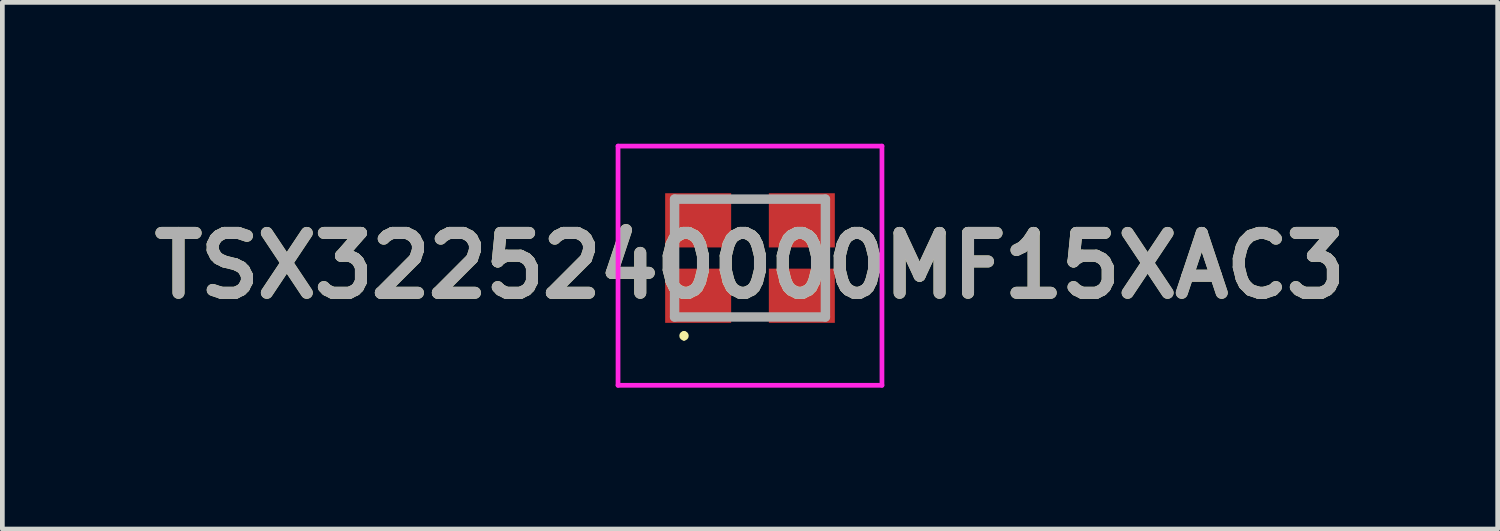
<source format=kicad_pcb>
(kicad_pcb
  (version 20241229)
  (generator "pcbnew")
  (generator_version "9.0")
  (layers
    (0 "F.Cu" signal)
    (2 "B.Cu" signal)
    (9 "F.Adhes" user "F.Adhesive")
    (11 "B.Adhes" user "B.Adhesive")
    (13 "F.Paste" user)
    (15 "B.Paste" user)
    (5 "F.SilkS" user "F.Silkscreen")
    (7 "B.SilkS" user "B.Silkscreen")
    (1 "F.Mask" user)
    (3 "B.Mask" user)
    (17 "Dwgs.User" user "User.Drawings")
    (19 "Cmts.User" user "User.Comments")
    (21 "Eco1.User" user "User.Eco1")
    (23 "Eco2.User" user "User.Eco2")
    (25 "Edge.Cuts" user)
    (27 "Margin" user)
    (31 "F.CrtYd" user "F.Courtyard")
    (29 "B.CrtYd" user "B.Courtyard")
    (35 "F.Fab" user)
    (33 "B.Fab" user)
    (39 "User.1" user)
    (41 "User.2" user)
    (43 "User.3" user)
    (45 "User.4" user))
  (footprint "TSX3225240000MF15XAC3"
    (layer "F.Cu")
    (at 12.863 2.425)
    (property "Reference" "TSX3225240000MF15XAC3" (at 0 0.163 0) (layer "F.SilkS") (effects (font (size 1.27 1.27) (thickness 0.254))))
    (attr smd)
    (fp_line (start -1.4 1.6) (end -1.4 1.6) (stroke (width 0.1) (type solid)) (layer "F.SilkS"))
    (fp_line (start -1.4 1.7) (end -1.4 1.7) (stroke (width 0.1) (type solid)) (layer "F.SilkS"))
    (fp_arc (start -1.4 1.6) (mid -1.35 1.65) (end -1.4 1.7) (stroke (width 0.1) (type solid)) (layer "F.SilkS"))
    (fp_arc (start -1.4 1.7) (mid -1.45 1.65) (end -1.4 1.6) (stroke (width 0.1) (type solid)) (layer "F.SilkS"))
    (fp_line (start -2.8 -2.375) (end 2.8 -2.375) (stroke (width 0.1) (type solid)) (layer "F.CrtYd"))
    (fp_line (start -2.8 2.7) (end -2.8 -2.375) (stroke (width 0.1) (type solid)) (layer "F.CrtYd"))
    (fp_line (start 2.8 -2.375) (end 2.8 2.7) (stroke (width 0.1) (type solid)) (layer "F.CrtYd"))
    (fp_line (start 2.8 2.7) (end -2.8 2.7) (stroke (width 0.1) (type solid)) (layer "F.CrtYd"))
    (fp_line (start -1.6 -1.25) (end 1.6 -1.25) (stroke (width 0.2) (type solid)) (layer "F.Fab"))
    (fp_line (start -1.6 1.25) (end -1.6 -1.25) (stroke (width 0.2) (type solid)) (layer "F.Fab"))
    (fp_line (start 1.6 -1.25) (end 1.6 1.25) (stroke (width 0.2) (type solid)) (layer "F.Fab"))
    (fp_line (start 1.6 1.25) (end -1.6 1.25) (stroke (width 0.2) (type solid)) (layer "F.Fab"))
    (fp_text user "${REFERENCE}" (at 0 0.163 0) (layer "F.Fab") (effects (font (size 1.27 1.27) (thickness 0.254))))
    (pad "1" smd rect (at -1.1 0.8 90) (size 1.15 1.4) (layers "F.Cu" "F.Mask" "F.Paste"))
    (pad "2" smd rect (at 1.1 0.8 90) (size 1.15 1.4) (layers "F.Cu" "F.Mask" "F.Paste"))
    (pad "3" smd rect (at 1.1 -0.8 90) (size 1.15 1.4) (layers "F.Cu" "F.Mask" "F.Paste"))
    (pad "4" smd rect (at -1.1 -0.8 90) (size 1.15 1.4) (layers "F.Cu" "F.Mask" "F.Paste")))
  (gr_rect
    (start -3 -3)
    (end 28.727 8.175)
    (stroke (width 0.1) (type default))
    (fill no)
    (layer "Edge.Cuts")))
</source>
